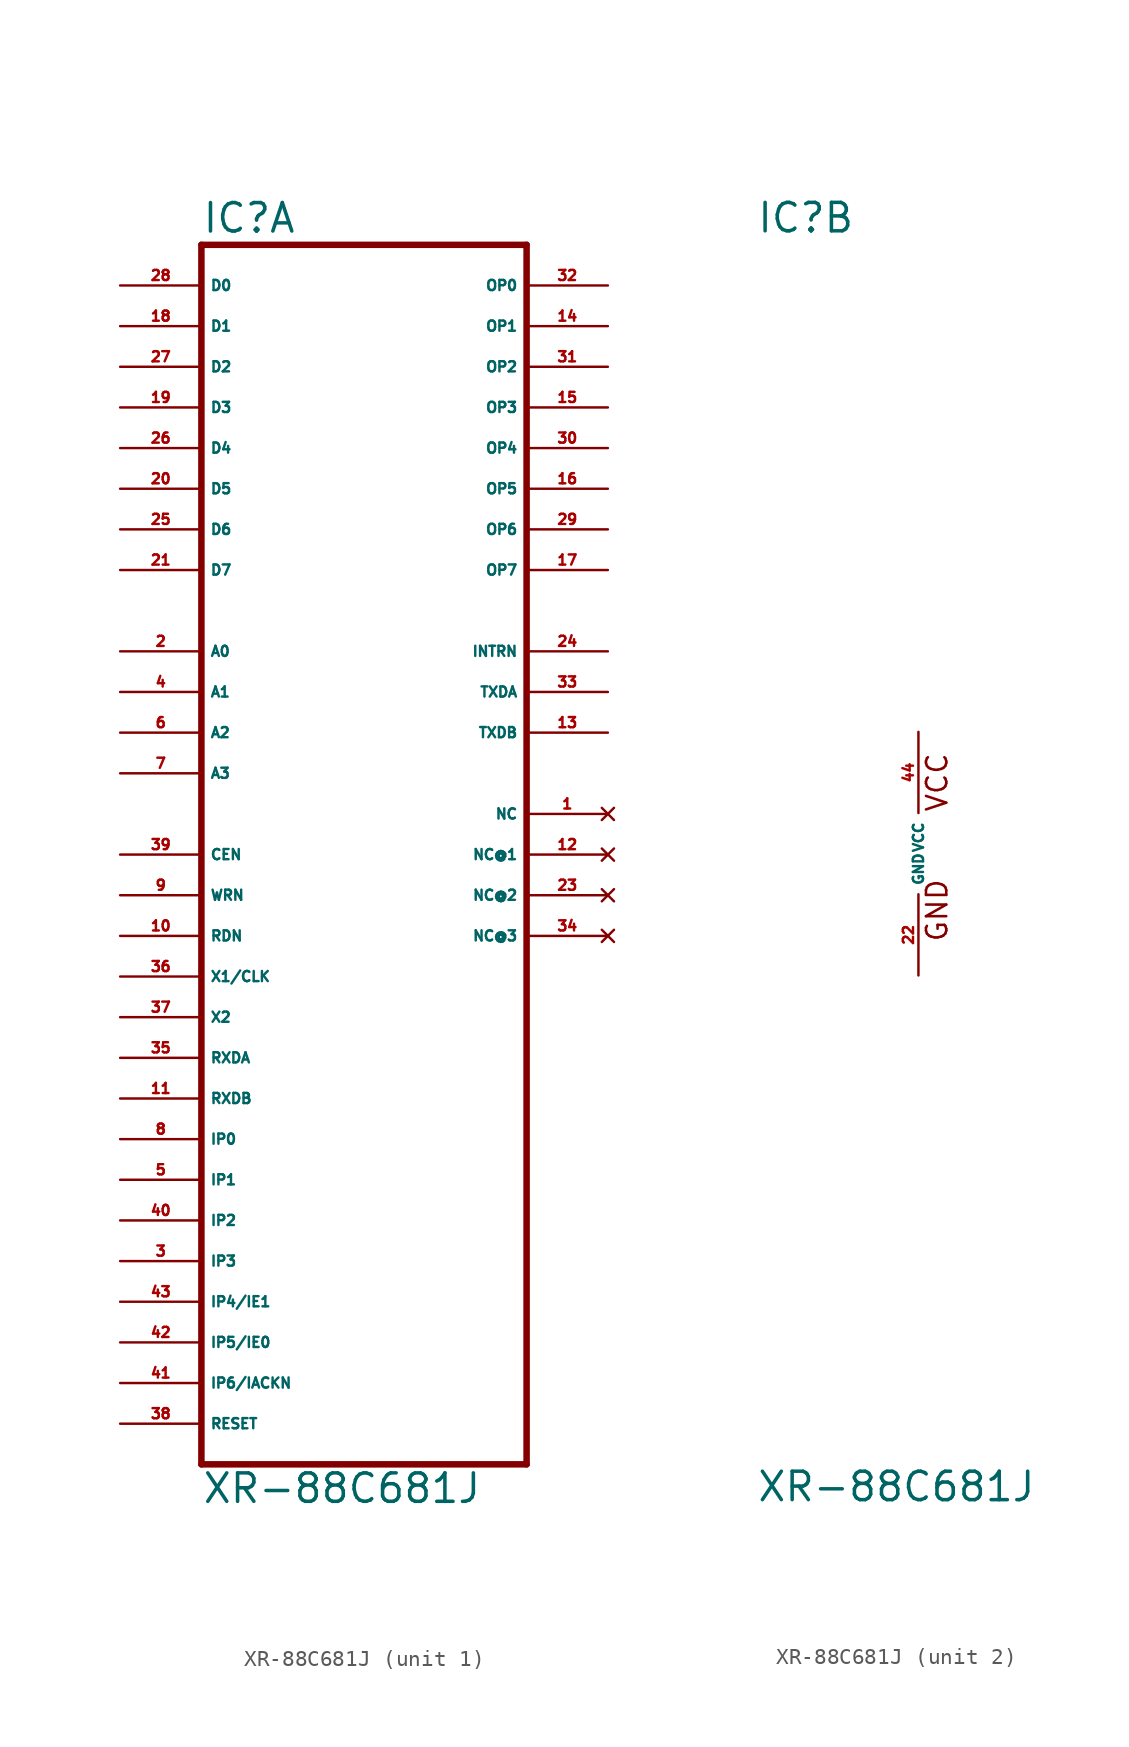
<source format=kicad_sym>
(kicad_symbol_lib
  (version 20220914)
  (generator Eagle2Kicad)
  (symbol "XR-88C681J"
    (property "Reference" "IC"
      (at -10.16 38.735 0)
      (effects (font (size 1.778 1.778) (thickness 0.22)) (justify left bottom)))
    (property "Value" "XR-88C681J"
      (at -10.16 -40.64 0)
      (effects (font (size 1.778 1.778) (thickness 0.22)) (justify left bottom)))
    (symbol "XR-88C681J_1_0"
      (polyline (pts (xy -10.16 -38.1) (xy 10.16 -38.1)) (stroke (width 0.406) (type default)) (fill (type none)))
      (polyline (pts (xy 10.16 -38.1) (xy 10.16 38.1)) (stroke (width 0.406) (type default)) (fill (type none)))
      (polyline (pts (xy 10.16 38.1) (xy -10.16 38.1)) (stroke (width 0.406) (type default)) (fill (type none)))
      (polyline (pts (xy -10.16 38.1) (xy -10.16 -38.1)) (stroke (width 0.406) (type default)) (fill (type none)))
      (pin bidirectional line (at -15.24 35.56 0) (length 5.08) (name "D0" (effects (font (size 0.635 0.635) (thickness 0.08)) (justify left bottom))) (number "28" (effects (font (size 0.635 0.635) (thickness 0.08)) (justify left bottom))))
      (pin bidirectional line (at -15.24 33.02 0) (length 5.08) (name "D1" (effects (font (size 0.635 0.635) (thickness 0.08)) (justify left bottom))) (number "18" (effects (font (size 0.635 0.635) (thickness 0.08)) (justify left bottom))))
      (pin bidirectional line (at -15.24 30.48 0) (length 5.08) (name "D2" (effects (font (size 0.635 0.635) (thickness 0.08)) (justify left bottom))) (number "27" (effects (font (size 0.635 0.635) (thickness 0.08)) (justify left bottom))))
      (pin bidirectional line (at -15.24 27.94 0) (length 5.08) (name "D3" (effects (font (size 0.635 0.635) (thickness 0.08)) (justify left bottom))) (number "19" (effects (font (size 0.635 0.635) (thickness 0.08)) (justify left bottom))))
      (pin bidirectional line (at -15.24 25.4 0) (length 5.08) (name "D4" (effects (font (size 0.635 0.635) (thickness 0.08)) (justify left bottom))) (number "26" (effects (font (size 0.635 0.635) (thickness 0.08)) (justify left bottom))))
      (pin bidirectional line (at -15.24 22.86 0) (length 5.08) (name "D5" (effects (font (size 0.635 0.635) (thickness 0.08)) (justify left bottom))) (number "20" (effects (font (size 0.635 0.635) (thickness 0.08)) (justify left bottom))))
      (pin bidirectional line (at -15.24 20.32 0) (length 5.08) (name "D6" (effects (font (size 0.635 0.635) (thickness 0.08)) (justify left bottom))) (number "25" (effects (font (size 0.635 0.635) (thickness 0.08)) (justify left bottom))))
      (pin bidirectional line (at -15.24 17.78 0) (length 5.08) (name "D7" (effects (font (size 0.635 0.635) (thickness 0.08)) (justify left bottom))) (number "21" (effects (font (size 0.635 0.635) (thickness 0.08)) (justify left bottom))))
      (pin output line (at 15.24 35.56 180) (length 5.08) (name "OP0" (effects (font (size 0.635 0.635) (thickness 0.08)) (justify left bottom))) (number "32" (effects (font (size 0.635 0.635) (thickness 0.08)) (justify left bottom))))
      (pin output line (at 15.24 33.02 180) (length 5.08) (name "OP1" (effects (font (size 0.635 0.635) (thickness 0.08)) (justify left bottom))) (number "14" (effects (font (size 0.635 0.635) (thickness 0.08)) (justify left bottom))))
      (pin output line (at 15.24 30.48 180) (length 5.08) (name "OP2" (effects (font (size 0.635 0.635) (thickness 0.08)) (justify left bottom))) (number "31" (effects (font (size 0.635 0.635) (thickness 0.08)) (justify left bottom))))
      (pin output line (at 15.24 27.94 180) (length 5.08) (name "OP3" (effects (font (size 0.635 0.635) (thickness 0.08)) (justify left bottom))) (number "15" (effects (font (size 0.635 0.635) (thickness 0.08)) (justify left bottom))))
      (pin output line (at 15.24 25.4 180) (length 5.08) (name "OP4" (effects (font (size 0.635 0.635) (thickness 0.08)) (justify left bottom))) (number "30" (effects (font (size 0.635 0.635) (thickness 0.08)) (justify left bottom))))
      (pin output line (at 15.24 22.86 180) (length 5.08) (name "OP5" (effects (font (size 0.635 0.635) (thickness 0.08)) (justify left bottom))) (number "16" (effects (font (size 0.635 0.635) (thickness 0.08)) (justify left bottom))))
      (pin output line (at 15.24 20.32 180) (length 5.08) (name "OP6" (effects (font (size 0.635 0.635) (thickness 0.08)) (justify left bottom))) (number "29" (effects (font (size 0.635 0.635) (thickness 0.08)) (justify left bottom))))
      (pin output line (at 15.24 17.78 180) (length 5.08) (name "OP7" (effects (font (size 0.635 0.635) (thickness 0.08)) (justify left bottom))) (number "17" (effects (font (size 0.635 0.635) (thickness 0.08)) (justify left bottom))))
      (pin input line (at -15.24 12.7 0) (length 5.08) (name "A0" (effects (font (size 0.635 0.635) (thickness 0.08)) (justify left bottom))) (number "2" (effects (font (size 0.635 0.635) (thickness 0.08)) (justify left bottom))))
      (pin input line (at -15.24 10.16 0) (length 5.08) (name "A1" (effects (font (size 0.635 0.635) (thickness 0.08)) (justify left bottom))) (number "4" (effects (font (size 0.635 0.635) (thickness 0.08)) (justify left bottom))))
      (pin input line (at -15.24 7.62 0) (length 5.08) (name "A2" (effects (font (size 0.635 0.635) (thickness 0.08)) (justify left bottom))) (number "6" (effects (font (size 0.635 0.635) (thickness 0.08)) (justify left bottom))))
      (pin input line (at -15.24 5.08 0) (length 5.08) (name "A3" (effects (font (size 0.635 0.635) (thickness 0.08)) (justify left bottom))) (number "7" (effects (font (size 0.635 0.635) (thickness 0.08)) (justify left bottom))))
      (pin input line (at -15.24 0 0) (length 5.08) (name "CEN" (effects (font (size 0.635 0.635) (thickness 0.08)) (justify left bottom))) (number "39" (effects (font (size 0.635 0.635) (thickness 0.08)) (justify left bottom))))
      (pin input line (at -15.24 -2.54 0) (length 5.08) (name "WRN" (effects (font (size 0.635 0.635) (thickness 0.08)) (justify left bottom))) (number "9" (effects (font (size 0.635 0.635) (thickness 0.08)) (justify left bottom))))
      (pin input line (at -15.24 -5.08 0) (length 5.08) (name "RDN" (effects (font (size 0.635 0.635) (thickness 0.08)) (justify left bottom))) (number "10" (effects (font (size 0.635 0.635) (thickness 0.08)) (justify left bottom))))
      (pin input line (at -15.24 -7.62 0) (length 5.08) (name "X1/CLK" (effects (font (size 0.635 0.635) (thickness 0.08)) (justify left bottom))) (number "36" (effects (font (size 0.635 0.635) (thickness 0.08)) (justify left bottom))))
      (pin input line (at -15.24 -10.16 0) (length 5.08) (name "X2" (effects (font (size 0.635 0.635) (thickness 0.08)) (justify left bottom))) (number "37" (effects (font (size 0.635 0.635) (thickness 0.08)) (justify left bottom))))
      (pin input line (at -15.24 -12.7 0) (length 5.08) (name "RXDA" (effects (font (size 0.635 0.635) (thickness 0.08)) (justify left bottom))) (number "35" (effects (font (size 0.635 0.635) (thickness 0.08)) (justify left bottom))))
      (pin input line (at -15.24 -15.24 0) (length 5.08) (name "RXDB" (effects (font (size 0.635 0.635) (thickness 0.08)) (justify left bottom))) (number "11" (effects (font (size 0.635 0.635) (thickness 0.08)) (justify left bottom))))
      (pin input line (at -15.24 -17.78 0) (length 5.08) (name "IP0" (effects (font (size 0.635 0.635) (thickness 0.08)) (justify left bottom))) (number "8" (effects (font (size 0.635 0.635) (thickness 0.08)) (justify left bottom))))
      (pin input line (at -15.24 -20.32 0) (length 5.08) (name "IP1" (effects (font (size 0.635 0.635) (thickness 0.08)) (justify left bottom))) (number "5" (effects (font (size 0.635 0.635) (thickness 0.08)) (justify left bottom))))
      (pin input line (at -15.24 -22.86 0) (length 5.08) (name "IP2" (effects (font (size 0.635 0.635) (thickness 0.08)) (justify left bottom))) (number "40" (effects (font (size 0.635 0.635) (thickness 0.08)) (justify left bottom))))
      (pin input line (at -15.24 -25.4 0) (length 5.08) (name "IP3" (effects (font (size 0.635 0.635) (thickness 0.08)) (justify left bottom))) (number "3" (effects (font (size 0.635 0.635) (thickness 0.08)) (justify left bottom))))
      (pin input line (at -15.24 -27.94 0) (length 5.08) (name "IP4/IE1" (effects (font (size 0.635 0.635) (thickness 0.08)) (justify left bottom))) (number "43" (effects (font (size 0.635 0.635) (thickness 0.08)) (justify left bottom))))
      (pin bidirectional line (at -15.24 -30.48 0) (length 5.08) (name "IP5/IE0" (effects (font (size 0.635 0.635) (thickness 0.08)) (justify left bottom))) (number "42" (effects (font (size 0.635 0.635) (thickness 0.08)) (justify left bottom))))
      (pin input line (at -15.24 -35.56 0) (length 5.08) (name "RESET" (effects (font (size 0.635 0.635) (thickness 0.08)) (justify left bottom))) (number "38" (effects (font (size 0.635 0.635) (thickness 0.08)) (justify left bottom))))
      (pin input line (at -15.24 -33.02 0) (length 5.08) (name "IP6/IACKN" (effects (font (size 0.635 0.635) (thickness 0.08)) (justify left bottom))) (number "41" (effects (font (size 0.635 0.635) (thickness 0.08)) (justify left bottom))))
      (pin output line (at 15.24 12.7 180) (length 5.08) (name "INTRN" (effects (font (size 0.635 0.635) (thickness 0.08)) (justify left bottom))) (number "24" (effects (font (size 0.635 0.635) (thickness 0.08)) (justify left bottom))))
      (pin output line (at 15.24 10.16 180) (length 5.08) (name "TXDA" (effects (font (size 0.635 0.635) (thickness 0.08)) (justify left bottom))) (number "33" (effects (font (size 0.635 0.635) (thickness 0.08)) (justify left bottom))))
      (pin output line (at 15.24 7.62 180) (length 5.08) (name "TXDB" (effects (font (size 0.635 0.635) (thickness 0.08)) (justify left bottom))) (number "13" (effects (font (size 0.635 0.635) (thickness 0.08)) (justify left bottom))))
      (pin no_connect line (at 15.24 2.54 180) (length 5.08) (name "NC" (effects (font (size 0.635 0.635) (thickness 0.08)) (justify left bottom) hide)) (number "1" (effects (font (size 0.635 0.635) (thickness 0.08)) (justify left bottom) hide)))
      (pin no_connect line (at 15.24 0 180) (length 5.08) (name "NC@1" (effects (font (size 0.635 0.635) (thickness 0.08)) (justify left bottom) hide)) (number "12" (effects (font (size 0.635 0.635) (thickness 0.08)) (justify left bottom) hide)))
      (pin no_connect line (at 15.24 -2.54 180) (length 5.08) (name "NC@2" (effects (font (size 0.635 0.635) (thickness 0.08)) (justify left bottom) hide)) (number "23" (effects (font (size 0.635 0.635) (thickness 0.08)) (justify left bottom) hide)))
      (pin no_connect line (at 15.24 -5.08 180) (length 5.08) (name "NC@3" (effects (font (size 0.635 0.635) (thickness 0.08)) (justify left bottom) hide)) (number "34" (effects (font (size 0.635 0.635) (thickness 0.08)) (justify left bottom) hide))))
    (symbol "XR-88C681J_2_0"
      (text "GND" (at 1.905 -5.588 900) (effects (font (size 1.27 1.27) (thickness 0.16)) (justify left bottom)))
      (text "VCC" (at 1.905 2.54 900) (effects (font (size 1.27 1.27) (thickness 0.16)) (justify left bottom)))
      (pin unspecified line (at 0 7.62 270) (length 5.08) (name "VCC" (effects (font (size 0.635 0.635) (thickness 0.08)) (justify left bottom))) (number "44" (effects (font (size 0.635 0.635) (thickness 0.08)) (justify left bottom))))
      (pin unspecified line (at 0 -7.62 90) (length 5.08) (name "GND" (effects (font (size 0.635 0.635) (thickness 0.08)) (justify left bottom))) (number "22" (effects (font (size 0.635 0.635) (thickness 0.08)) (justify left bottom)))))))
</source>
